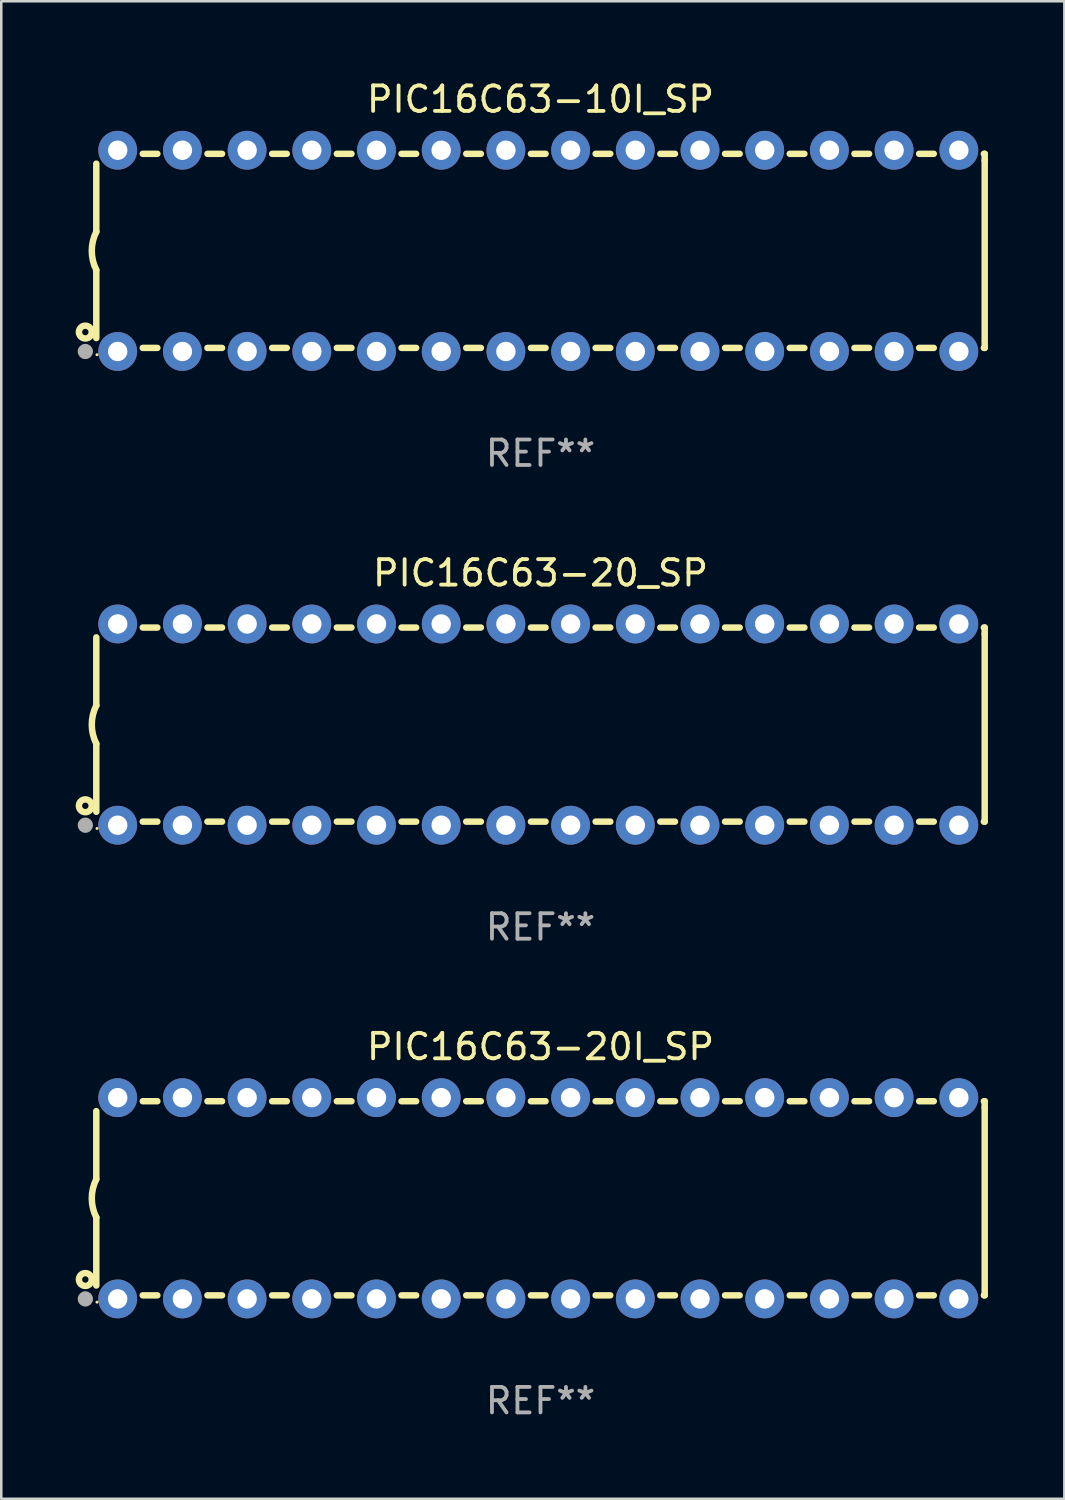
<source format=kicad_pcb>
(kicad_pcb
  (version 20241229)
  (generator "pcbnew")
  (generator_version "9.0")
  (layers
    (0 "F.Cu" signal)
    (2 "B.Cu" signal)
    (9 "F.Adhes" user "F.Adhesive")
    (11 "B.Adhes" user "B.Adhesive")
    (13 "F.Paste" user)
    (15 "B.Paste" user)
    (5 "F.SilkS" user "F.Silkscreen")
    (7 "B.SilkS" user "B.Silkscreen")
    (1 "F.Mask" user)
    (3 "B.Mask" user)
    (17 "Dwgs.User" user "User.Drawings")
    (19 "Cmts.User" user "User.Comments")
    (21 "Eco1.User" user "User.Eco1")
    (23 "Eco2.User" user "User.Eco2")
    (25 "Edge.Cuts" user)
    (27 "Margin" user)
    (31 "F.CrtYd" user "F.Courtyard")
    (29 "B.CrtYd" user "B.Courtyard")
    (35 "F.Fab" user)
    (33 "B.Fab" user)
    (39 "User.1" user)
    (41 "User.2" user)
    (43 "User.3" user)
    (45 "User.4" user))
  (footprint "PIC16C63-10I_SP"
    (layer "F.Cu")
    (at 18.168 6.798)
    (property "Reference" "PIC16C63-10I_SP" (at 0 -5.95 0) (layer "F.SilkS") (effects (font (size 1 1) (thickness 0.15))))
    (attr through_hole)
    (fp_line (start -17.438 0.75) (end -17.438 3.423) (stroke (width 0.254) (type solid)) (layer "F.SilkS"))
    (fp_line (start -17.438 -3.423) (end -17.438 -0.75) (stroke (width 0.254) (type solid)) (layer "F.SilkS"))
    (fp_line (start -15.615 3.81) (end -15.041 3.81) (stroke (width 0.254) (type solid)) (layer "F.SilkS"))
    (fp_line (start -15.041 -3.81) (end -15.614 -3.81) (stroke (width 0.254) (type solid)) (layer "F.SilkS"))
    (fp_line (start -13.075 3.81) (end -12.501 3.81) (stroke (width 0.254) (type solid)) (layer "F.SilkS"))
    (fp_line (start -12.501 -3.81) (end -13.074 -3.81) (stroke (width 0.254) (type solid)) (layer "F.SilkS"))
    (fp_line (start -10.535 3.81) (end -9.961 3.81) (stroke (width 0.254) (type solid)) (layer "F.SilkS"))
    (fp_line (start -9.961 -3.81) (end -10.534 -3.81) (stroke (width 0.254) (type solid)) (layer "F.SilkS"))
    (fp_line (start -7.995 3.81) (end -7.421 3.81) (stroke (width 0.254) (type solid)) (layer "F.SilkS"))
    (fp_line (start -7.421 -3.81) (end -7.995 -3.81) (stroke (width 0.254) (type solid)) (layer "F.SilkS"))
    (fp_line (start -5.455 3.81) (end -4.881 3.81) (stroke (width 0.254) (type solid)) (layer "F.SilkS"))
    (fp_line (start -4.881 -3.81) (end -5.455 -3.81) (stroke (width 0.254) (type solid)) (layer "F.SilkS"))
    (fp_line (start -2.915 3.81) (end -2.341 3.81) (stroke (width 0.254) (type solid)) (layer "F.SilkS"))
    (fp_line (start -2.341 -3.81) (end -2.915 -3.81) (stroke (width 0.254) (type solid)) (layer "F.SilkS"))
    (fp_line (start -0.375 3.81) (end 0.199 3.81) (stroke (width 0.254) (type solid)) (layer "F.SilkS"))
    (fp_line (start 0.199 -3.81) (end -0.375 -3.81) (stroke (width 0.254) (type solid)) (layer "F.SilkS"))
    (fp_line (start 2.165 3.81) (end 2.739 3.81) (stroke (width 0.254) (type solid)) (layer "F.SilkS"))
    (fp_line (start 2.739 -3.81) (end 2.165 -3.81) (stroke (width 0.254) (type solid)) (layer "F.SilkS"))
    (fp_line (start 4.705 3.81) (end 5.279 3.81) (stroke (width 0.254) (type solid)) (layer "F.SilkS"))
    (fp_line (start 5.279 -3.81) (end 4.705 -3.81) (stroke (width 0.254) (type solid)) (layer "F.SilkS"))
    (fp_line (start 7.245 3.81) (end 7.819 3.81) (stroke (width 0.254) (type solid)) (layer "F.SilkS"))
    (fp_line (start 7.819 -3.81) (end 7.245 -3.81) (stroke (width 0.254) (type solid)) (layer "F.SilkS"))
    (fp_line (start 9.785 3.81) (end 10.359 3.81) (stroke (width 0.254) (type solid)) (layer "F.SilkS"))
    (fp_line (start 10.359 -3.81) (end 9.785 -3.81) (stroke (width 0.254) (type solid)) (layer "F.SilkS"))
    (fp_line (start 12.325 3.81) (end 12.899 3.81) (stroke (width 0.254) (type solid)) (layer "F.SilkS"))
    (fp_line (start 12.899 -3.81) (end 12.325 -3.81) (stroke (width 0.254) (type solid)) (layer "F.SilkS"))
    (fp_line (start 14.865 3.81) (end 15.439 3.81) (stroke (width 0.254) (type solid)) (layer "F.SilkS"))
    (fp_line (start 15.439 -3.81) (end 14.865 -3.81) (stroke (width 0.254) (type solid)) (layer "F.SilkS"))
    (fp_line (start 17.405 3.81) (end 17.438 3.81) (stroke (width 0.254) (type solid)) (layer "F.SilkS"))
    (fp_line (start 17.438 -3.81) (end 17.405 -3.81) (stroke (width 0.254) (type solid)) (layer "F.SilkS"))
    (fp_line (start 17.438 -3.556) (end 17.438 -3.81) (stroke (width 0.254) (type solid)) (layer "F.SilkS"))
    (fp_line (start 17.438 3.81) (end 17.438 -3.556) (stroke (width 0.254) (type solid)) (layer "F.SilkS"))
    (fp_arc (start -17.437986 0.749657) (mid -17.614887 -0.000024) (end -17.437783 -0.749657) (stroke (width 0.254001) (type solid)) (layer "F.SilkS"))
    (fp_circle (center -17.868 3.188) (end -17.743 3.188) (stroke (width 0.254) (type solid)) (fill no) (layer "F.SilkS"))
    (fp_circle (center -17.411 4.077) (end -17.381 4.077) (stroke (width 0.06) (type solid)) (fill no) (layer "F.SilkS"))
    (fp_circle (center -17.868 3.95) (end -17.718 3.95) (stroke (width 0.3) (type solid)) (fill no) (layer "F.Fab"))
    (fp_text user "REF**" (at 0 7.95 0) (layer "F.Fab") (effects (font (size 1 1) (thickness 0.15))))
    (pad "1" thru_hole circle (at -16.598 3.95) (size 1.524 1.524) (drill 0.762) (layers "*.Cu" "*.Mask"))
    (pad "2" thru_hole circle (at -14.058 3.95) (size 1.524 1.524) (drill 0.762) (layers "*.Cu" "*.Mask"))
    (pad "3" thru_hole circle (at -11.518 3.95) (size 1.524 1.524) (drill 0.762) (layers "*.Cu" "*.Mask"))
    (pad "4" thru_hole circle (at -8.978 3.95) (size 1.524 1.524) (drill 0.762) (layers "*.Cu" "*.Mask"))
    (pad "5" thru_hole circle (at -6.438 3.95) (size 1.524 1.524) (drill 0.762) (layers "*.Cu" "*.Mask"))
    (pad "6" thru_hole circle (at -3.898 3.95) (size 1.524 1.524) (drill 0.762) (layers "*.Cu" "*.Mask"))
    (pad "7" thru_hole circle (at -1.358 3.95) (size 1.524 1.524) (drill 0.762) (layers "*.Cu" "*.Mask"))
    (pad "8" thru_hole circle (at 1.182 3.95) (size 1.524 1.524) (drill 0.762) (layers "*.Cu" "*.Mask"))
    (pad "9" thru_hole circle (at 3.722 3.95) (size 1.524 1.524) (drill 0.762) (layers "*.Cu" "*.Mask"))
    (pad "10" thru_hole circle (at 6.262 3.95) (size 1.524 1.524) (drill 0.762) (layers "*.Cu" "*.Mask"))
    (pad "11" thru_hole circle (at 8.802 3.95) (size 1.524 1.524) (drill 0.762) (layers "*.Cu" "*.Mask"))
    (pad "12" thru_hole circle (at 11.342 3.95) (size 1.524 1.524) (drill 0.762) (layers "*.Cu" "*.Mask"))
    (pad "13" thru_hole circle (at 13.882 3.95) (size 1.524 1.524) (drill 0.762) (layers "*.Cu" "*.Mask"))
    (pad "14" thru_hole circle (at 16.422 3.95) (size 1.524 1.524) (drill 0.762) (layers "*.Cu" "*.Mask"))
    (pad "15" thru_hole circle (at 16.422 -3.95) (size 1.524 1.524) (drill 0.762) (layers "*.Cu" "*.Mask"))
    (pad "16" thru_hole circle (at 13.882 -3.95) (size 1.524 1.524) (drill 0.762) (layers "*.Cu" "*.Mask"))
    (pad "17" thru_hole circle (at 11.342 -3.95) (size 1.524 1.524) (drill 0.762) (layers "*.Cu" "*.Mask"))
    (pad "18" thru_hole circle (at 8.802 -3.95) (size 1.524 1.524) (drill 0.762) (layers "*.Cu" "*.Mask"))
    (pad "19" thru_hole circle (at 6.262 -3.95) (size 1.524 1.524) (drill 0.762) (layers "*.Cu" "*.Mask"))
    (pad "20" thru_hole circle (at 3.722 -3.95) (size 1.524 1.524) (drill 0.762) (layers "*.Cu" "*.Mask"))
    (pad "21" thru_hole circle (at 1.182 -3.95) (size 1.524 1.524) (drill 0.762) (layers "*.Cu" "*.Mask"))
    (pad "22" thru_hole circle (at -1.358 -3.95) (size 1.524 1.524) (drill 0.762) (layers "*.Cu" "*.Mask"))
    (pad "23" thru_hole circle (at -3.898 -3.95) (size 1.524 1.524) (drill 0.762) (layers "*.Cu" "*.Mask"))
    (pad "24" thru_hole circle (at -6.438 -3.95) (size 1.524 1.524) (drill 0.762) (layers "*.Cu" "*.Mask"))
    (pad "25" thru_hole circle (at -8.978 -3.95) (size 1.524 1.524) (drill 0.762) (layers "*.Cu" "*.Mask"))
    (pad "26" thru_hole circle (at -11.517 -3.95) (size 1.524 1.524) (drill 0.762) (layers "*.Cu" "*.Mask"))
    (pad "27" thru_hole circle (at -14.057 -3.95) (size 1.524 1.524) (drill 0.762) (layers "*.Cu" "*.Mask"))
    (pad "28" thru_hole circle (at -16.597 -3.95) (size 1.524 1.524) (drill 0.762) (layers "*.Cu" "*.Mask")))
  (footprint "PIC16C63-20I_SP"
    (layer "F.Cu")
    (at 18.168 43.991)
    (property "Reference" "PIC16C63-20I_SP" (at 0 -5.95 0) (layer "F.SilkS") (effects (font (size 1 1) (thickness 0.15))))
    (attr through_hole)
    (fp_line (start -17.438 0.75) (end -17.438 3.423) (stroke (width 0.254) (type solid)) (layer "F.SilkS"))
    (fp_line (start -17.438 -3.423) (end -17.438 -0.75) (stroke (width 0.254) (type solid)) (layer "F.SilkS"))
    (fp_line (start -15.615 3.81) (end -15.041 3.81) (stroke (width 0.254) (type solid)) (layer "F.SilkS"))
    (fp_line (start -15.041 -3.81) (end -15.614 -3.81) (stroke (width 0.254) (type solid)) (layer "F.SilkS"))
    (fp_line (start -13.075 3.81) (end -12.501 3.81) (stroke (width 0.254) (type solid)) (layer "F.SilkS"))
    (fp_line (start -12.501 -3.81) (end -13.074 -3.81) (stroke (width 0.254) (type solid)) (layer "F.SilkS"))
    (fp_line (start -10.535 3.81) (end -9.961 3.81) (stroke (width 0.254) (type solid)) (layer "F.SilkS"))
    (fp_line (start -9.961 -3.81) (end -10.534 -3.81) (stroke (width 0.254) (type solid)) (layer "F.SilkS"))
    (fp_line (start -7.995 3.81) (end -7.421 3.81) (stroke (width 0.254) (type solid)) (layer "F.SilkS"))
    (fp_line (start -7.421 -3.81) (end -7.995 -3.81) (stroke (width 0.254) (type solid)) (layer "F.SilkS"))
    (fp_line (start -5.455 3.81) (end -4.881 3.81) (stroke (width 0.254) (type solid)) (layer "F.SilkS"))
    (fp_line (start -4.881 -3.81) (end -5.455 -3.81) (stroke (width 0.254) (type solid)) (layer "F.SilkS"))
    (fp_line (start -2.915 3.81) (end -2.341 3.81) (stroke (width 0.254) (type solid)) (layer "F.SilkS"))
    (fp_line (start -2.341 -3.81) (end -2.915 -3.81) (stroke (width 0.254) (type solid)) (layer "F.SilkS"))
    (fp_line (start -0.375 3.81) (end 0.199 3.81) (stroke (width 0.254) (type solid)) (layer "F.SilkS"))
    (fp_line (start 0.199 -3.81) (end -0.375 -3.81) (stroke (width 0.254) (type solid)) (layer "F.SilkS"))
    (fp_line (start 2.165 3.81) (end 2.739 3.81) (stroke (width 0.254) (type solid)) (layer "F.SilkS"))
    (fp_line (start 2.739 -3.81) (end 2.165 -3.81) (stroke (width 0.254) (type solid)) (layer "F.SilkS"))
    (fp_line (start 4.705 3.81) (end 5.279 3.81) (stroke (width 0.254) (type solid)) (layer "F.SilkS"))
    (fp_line (start 5.279 -3.81) (end 4.705 -3.81) (stroke (width 0.254) (type solid)) (layer "F.SilkS"))
    (fp_line (start 7.245 3.81) (end 7.819 3.81) (stroke (width 0.254) (type solid)) (layer "F.SilkS"))
    (fp_line (start 7.819 -3.81) (end 7.245 -3.81) (stroke (width 0.254) (type solid)) (layer "F.SilkS"))
    (fp_line (start 9.785 3.81) (end 10.359 3.81) (stroke (width 0.254) (type solid)) (layer "F.SilkS"))
    (fp_line (start 10.359 -3.81) (end 9.785 -3.81) (stroke (width 0.254) (type solid)) (layer "F.SilkS"))
    (fp_line (start 12.325 3.81) (end 12.899 3.81) (stroke (width 0.254) (type solid)) (layer "F.SilkS"))
    (fp_line (start 12.899 -3.81) (end 12.325 -3.81) (stroke (width 0.254) (type solid)) (layer "F.SilkS"))
    (fp_line (start 14.865 3.81) (end 15.439 3.81) (stroke (width 0.254) (type solid)) (layer "F.SilkS"))
    (fp_line (start 15.439 -3.81) (end 14.865 -3.81) (stroke (width 0.254) (type solid)) (layer "F.SilkS"))
    (fp_line (start 17.405 3.81) (end 17.438 3.81) (stroke (width 0.254) (type solid)) (layer "F.SilkS"))
    (fp_line (start 17.438 -3.81) (end 17.405 -3.81) (stroke (width 0.254) (type solid)) (layer "F.SilkS"))
    (fp_line (start 17.438 -3.556) (end 17.438 -3.81) (stroke (width 0.254) (type solid)) (layer "F.SilkS"))
    (fp_line (start 17.438 3.81) (end 17.438 -3.556) (stroke (width 0.254) (type solid)) (layer "F.SilkS"))
    (fp_arc (start -17.437986 0.749657) (mid -17.614887 -0.000024) (end -17.437783 -0.749657) (stroke (width 0.254001) (type solid)) (layer "F.SilkS"))
    (fp_circle (center -17.868 3.188) (end -17.743 3.188) (stroke (width 0.254) (type solid)) (fill no) (layer "F.SilkS"))
    (fp_circle (center -17.411 4.077) (end -17.381 4.077) (stroke (width 0.06) (type solid)) (fill no) (layer "F.SilkS"))
    (fp_circle (center -17.868 3.95) (end -17.718 3.95) (stroke (width 0.3) (type solid)) (fill no) (layer "F.Fab"))
    (fp_text user "REF**" (at 0 7.95 0) (layer "F.Fab") (effects (font (size 1 1) (thickness 0.15))))
    (pad "1" thru_hole circle (at -16.598 3.95) (size 1.524 1.524) (drill 0.762) (layers "*.Cu" "*.Mask"))
    (pad "2" thru_hole circle (at -14.058 3.95) (size 1.524 1.524) (drill 0.762) (layers "*.Cu" "*.Mask"))
    (pad "3" thru_hole circle (at -11.518 3.95) (size 1.524 1.524) (drill 0.762) (layers "*.Cu" "*.Mask"))
    (pad "4" thru_hole circle (at -8.978 3.95) (size 1.524 1.524) (drill 0.762) (layers "*.Cu" "*.Mask"))
    (pad "5" thru_hole circle (at -6.438 3.95) (size 1.524 1.524) (drill 0.762) (layers "*.Cu" "*.Mask"))
    (pad "6" thru_hole circle (at -3.898 3.95) (size 1.524 1.524) (drill 0.762) (layers "*.Cu" "*.Mask"))
    (pad "7" thru_hole circle (at -1.358 3.95) (size 1.524 1.524) (drill 0.762) (layers "*.Cu" "*.Mask"))
    (pad "8" thru_hole circle (at 1.182 3.95) (size 1.524 1.524) (drill 0.762) (layers "*.Cu" "*.Mask"))
    (pad "9" thru_hole circle (at 3.722 3.95) (size 1.524 1.524) (drill 0.762) (layers "*.Cu" "*.Mask"))
    (pad "10" thru_hole circle (at 6.262 3.95) (size 1.524 1.524) (drill 0.762) (layers "*.Cu" "*.Mask"))
    (pad "11" thru_hole circle (at 8.802 3.95) (size 1.524 1.524) (drill 0.762) (layers "*.Cu" "*.Mask"))
    (pad "12" thru_hole circle (at 11.342 3.95) (size 1.524 1.524) (drill 0.762) (layers "*.Cu" "*.Mask"))
    (pad "13" thru_hole circle (at 13.882 3.95) (size 1.524 1.524) (drill 0.762) (layers "*.Cu" "*.Mask"))
    (pad "14" thru_hole circle (at 16.422 3.95) (size 1.524 1.524) (drill 0.762) (layers "*.Cu" "*.Mask"))
    (pad "15" thru_hole circle (at 16.422 -3.95) (size 1.524 1.524) (drill 0.762) (layers "*.Cu" "*.Mask"))
    (pad "16" thru_hole circle (at 13.882 -3.95) (size 1.524 1.524) (drill 0.762) (layers "*.Cu" "*.Mask"))
    (pad "17" thru_hole circle (at 11.342 -3.95) (size 1.524 1.524) (drill 0.762) (layers "*.Cu" "*.Mask"))
    (pad "18" thru_hole circle (at 8.802 -3.95) (size 1.524 1.524) (drill 0.762) (layers "*.Cu" "*.Mask"))
    (pad "19" thru_hole circle (at 6.262 -3.95) (size 1.524 1.524) (drill 0.762) (layers "*.Cu" "*.Mask"))
    (pad "20" thru_hole circle (at 3.722 -3.95) (size 1.524 1.524) (drill 0.762) (layers "*.Cu" "*.Mask"))
    (pad "21" thru_hole circle (at 1.182 -3.95) (size 1.524 1.524) (drill 0.762) (layers "*.Cu" "*.Mask"))
    (pad "22" thru_hole circle (at -1.358 -3.95) (size 1.524 1.524) (drill 0.762) (layers "*.Cu" "*.Mask"))
    (pad "23" thru_hole circle (at -3.898 -3.95) (size 1.524 1.524) (drill 0.762) (layers "*.Cu" "*.Mask"))
    (pad "24" thru_hole circle (at -6.438 -3.95) (size 1.524 1.524) (drill 0.762) (layers "*.Cu" "*.Mask"))
    (pad "25" thru_hole circle (at -8.978 -3.95) (size 1.524 1.524) (drill 0.762) (layers "*.Cu" "*.Mask"))
    (pad "26" thru_hole circle (at -11.517 -3.95) (size 1.524 1.524) (drill 0.762) (layers "*.Cu" "*.Mask"))
    (pad "27" thru_hole circle (at -14.057 -3.95) (size 1.524 1.524) (drill 0.762) (layers "*.Cu" "*.Mask"))
    (pad "28" thru_hole circle (at -16.597 -3.95) (size 1.524 1.524) (drill 0.762) (layers "*.Cu" "*.Mask")))
  (footprint "PIC16C63-20_SP"
    (layer "F.Cu")
    (at 18.168 25.395)
    (property "Reference" "PIC16C63-20_SP" (at 0 -5.95 0) (layer "F.SilkS") (effects (font (size 1 1) (thickness 0.15))))
    (attr through_hole)
    (fp_line (start -17.438 0.75) (end -17.438 3.423) (stroke (width 0.254) (type solid)) (layer "F.SilkS"))
    (fp_line (start -17.438 -3.423) (end -17.438 -0.75) (stroke (width 0.254) (type solid)) (layer "F.SilkS"))
    (fp_line (start -15.615 3.81) (end -15.041 3.81) (stroke (width 0.254) (type solid)) (layer "F.SilkS"))
    (fp_line (start -15.041 -3.81) (end -15.614 -3.81) (stroke (width 0.254) (type solid)) (layer "F.SilkS"))
    (fp_line (start -13.075 3.81) (end -12.501 3.81) (stroke (width 0.254) (type solid)) (layer "F.SilkS"))
    (fp_line (start -12.501 -3.81) (end -13.074 -3.81) (stroke (width 0.254) (type solid)) (layer "F.SilkS"))
    (fp_line (start -10.535 3.81) (end -9.961 3.81) (stroke (width 0.254) (type solid)) (layer "F.SilkS"))
    (fp_line (start -9.961 -3.81) (end -10.534 -3.81) (stroke (width 0.254) (type solid)) (layer "F.SilkS"))
    (fp_line (start -7.995 3.81) (end -7.421 3.81) (stroke (width 0.254) (type solid)) (layer "F.SilkS"))
    (fp_line (start -7.421 -3.81) (end -7.995 -3.81) (stroke (width 0.254) (type solid)) (layer "F.SilkS"))
    (fp_line (start -5.455 3.81) (end -4.881 3.81) (stroke (width 0.254) (type solid)) (layer "F.SilkS"))
    (fp_line (start -4.881 -3.81) (end -5.455 -3.81) (stroke (width 0.254) (type solid)) (layer "F.SilkS"))
    (fp_line (start -2.915 3.81) (end -2.341 3.81) (stroke (width 0.254) (type solid)) (layer "F.SilkS"))
    (fp_line (start -2.341 -3.81) (end -2.915 -3.81) (stroke (width 0.254) (type solid)) (layer "F.SilkS"))
    (fp_line (start -0.375 3.81) (end 0.199 3.81) (stroke (width 0.254) (type solid)) (layer "F.SilkS"))
    (fp_line (start 0.199 -3.81) (end -0.375 -3.81) (stroke (width 0.254) (type solid)) (layer "F.SilkS"))
    (fp_line (start 2.165 3.81) (end 2.739 3.81) (stroke (width 0.254) (type solid)) (layer "F.SilkS"))
    (fp_line (start 2.739 -3.81) (end 2.165 -3.81) (stroke (width 0.254) (type solid)) (layer "F.SilkS"))
    (fp_line (start 4.705 3.81) (end 5.279 3.81) (stroke (width 0.254) (type solid)) (layer "F.SilkS"))
    (fp_line (start 5.279 -3.81) (end 4.705 -3.81) (stroke (width 0.254) (type solid)) (layer "F.SilkS"))
    (fp_line (start 7.245 3.81) (end 7.819 3.81) (stroke (width 0.254) (type solid)) (layer "F.SilkS"))
    (fp_line (start 7.819 -3.81) (end 7.245 -3.81) (stroke (width 0.254) (type solid)) (layer "F.SilkS"))
    (fp_line (start 9.785 3.81) (end 10.359 3.81) (stroke (width 0.254) (type solid)) (layer "F.SilkS"))
    (fp_line (start 10.359 -3.81) (end 9.785 -3.81) (stroke (width 0.254) (type solid)) (layer "F.SilkS"))
    (fp_line (start 12.325 3.81) (end 12.899 3.81) (stroke (width 0.254) (type solid)) (layer "F.SilkS"))
    (fp_line (start 12.899 -3.81) (end 12.325 -3.81) (stroke (width 0.254) (type solid)) (layer "F.SilkS"))
    (fp_line (start 14.865 3.81) (end 15.439 3.81) (stroke (width 0.254) (type solid)) (layer "F.SilkS"))
    (fp_line (start 15.439 -3.81) (end 14.865 -3.81) (stroke (width 0.254) (type solid)) (layer "F.SilkS"))
    (fp_line (start 17.405 3.81) (end 17.438 3.81) (stroke (width 0.254) (type solid)) (layer "F.SilkS"))
    (fp_line (start 17.438 -3.81) (end 17.405 -3.81) (stroke (width 0.254) (type solid)) (layer "F.SilkS"))
    (fp_line (start 17.438 -3.556) (end 17.438 -3.81) (stroke (width 0.254) (type solid)) (layer "F.SilkS"))
    (fp_line (start 17.438 3.81) (end 17.438 -3.556) (stroke (width 0.254) (type solid)) (layer "F.SilkS"))
    (fp_arc (start -17.437986 0.749657) (mid -17.614887 -0.000024) (end -17.437783 -0.749657) (stroke (width 0.254001) (type solid)) (layer "F.SilkS"))
    (fp_circle (center -17.868 3.188) (end -17.743 3.188) (stroke (width 0.254) (type solid)) (fill no) (layer "F.SilkS"))
    (fp_circle (center -17.411 4.077) (end -17.381 4.077) (stroke (width 0.06) (type solid)) (fill no) (layer "F.SilkS"))
    (fp_circle (center -17.868 3.95) (end -17.718 3.95) (stroke (width 0.3) (type solid)) (fill no) (layer "F.Fab"))
    (fp_text user "REF**" (at 0 7.95 0) (layer "F.Fab") (effects (font (size 1 1) (thickness 0.15))))
    (pad "1" thru_hole circle (at -16.598 3.95) (size 1.524 1.524) (drill 0.762) (layers "*.Cu" "*.Mask"))
    (pad "2" thru_hole circle (at -14.058 3.95) (size 1.524 1.524) (drill 0.762) (layers "*.Cu" "*.Mask"))
    (pad "3" thru_hole circle (at -11.518 3.95) (size 1.524 1.524) (drill 0.762) (layers "*.Cu" "*.Mask"))
    (pad "4" thru_hole circle (at -8.978 3.95) (size 1.524 1.524) (drill 0.762) (layers "*.Cu" "*.Mask"))
    (pad "5" thru_hole circle (at -6.438 3.95) (size 1.524 1.524) (drill 0.762) (layers "*.Cu" "*.Mask"))
    (pad "6" thru_hole circle (at -3.898 3.95) (size 1.524 1.524) (drill 0.762) (layers "*.Cu" "*.Mask"))
    (pad "7" thru_hole circle (at -1.358 3.95) (size 1.524 1.524) (drill 0.762) (layers "*.Cu" "*.Mask"))
    (pad "8" thru_hole circle (at 1.182 3.95) (size 1.524 1.524) (drill 0.762) (layers "*.Cu" "*.Mask"))
    (pad "9" thru_hole circle (at 3.722 3.95) (size 1.524 1.524) (drill 0.762) (layers "*.Cu" "*.Mask"))
    (pad "10" thru_hole circle (at 6.262 3.95) (size 1.524 1.524) (drill 0.762) (layers "*.Cu" "*.Mask"))
    (pad "11" thru_hole circle (at 8.802 3.95) (size 1.524 1.524) (drill 0.762) (layers "*.Cu" "*.Mask"))
    (pad "12" thru_hole circle (at 11.342 3.95) (size 1.524 1.524) (drill 0.762) (layers "*.Cu" "*.Mask"))
    (pad "13" thru_hole circle (at 13.882 3.95) (size 1.524 1.524) (drill 0.762) (layers "*.Cu" "*.Mask"))
    (pad "14" thru_hole circle (at 16.422 3.95) (size 1.524 1.524) (drill 0.762) (layers "*.Cu" "*.Mask"))
    (pad "15" thru_hole circle (at 16.422 -3.95) (size 1.524 1.524) (drill 0.762) (layers "*.Cu" "*.Mask"))
    (pad "16" thru_hole circle (at 13.882 -3.95) (size 1.524 1.524) (drill 0.762) (layers "*.Cu" "*.Mask"))
    (pad "17" thru_hole circle (at 11.342 -3.95) (size 1.524 1.524) (drill 0.762) (layers "*.Cu" "*.Mask"))
    (pad "18" thru_hole circle (at 8.802 -3.95) (size 1.524 1.524) (drill 0.762) (layers "*.Cu" "*.Mask"))
    (pad "19" thru_hole circle (at 6.262 -3.95) (size 1.524 1.524) (drill 0.762) (layers "*.Cu" "*.Mask"))
    (pad "20" thru_hole circle (at 3.722 -3.95) (size 1.524 1.524) (drill 0.762) (layers "*.Cu" "*.Mask"))
    (pad "21" thru_hole circle (at 1.182 -3.95) (size 1.524 1.524) (drill 0.762) (layers "*.Cu" "*.Mask"))
    (pad "22" thru_hole circle (at -1.358 -3.95) (size 1.524 1.524) (drill 0.762) (layers "*.Cu" "*.Mask"))
    (pad "23" thru_hole circle (at -3.898 -3.95) (size 1.524 1.524) (drill 0.762) (layers "*.Cu" "*.Mask"))
    (pad "24" thru_hole circle (at -6.438 -3.95) (size 1.524 1.524) (drill 0.762) (layers "*.Cu" "*.Mask"))
    (pad "25" thru_hole circle (at -8.978 -3.95) (size 1.524 1.524) (drill 0.762) (layers "*.Cu" "*.Mask"))
    (pad "26" thru_hole circle (at -11.517 -3.95) (size 1.524 1.524) (drill 0.762) (layers "*.Cu" "*.Mask"))
    (pad "27" thru_hole circle (at -14.057 -3.95) (size 1.524 1.524) (drill 0.762) (layers "*.Cu" "*.Mask"))
    (pad "28" thru_hole circle (at -16.597 -3.95) (size 1.524 1.524) (drill 0.762) (layers "*.Cu" "*.Mask")))
  (gr_rect
    (start -3 -3)
    (end 38.733 55.789)
    (stroke (width 0.1) (type default))
    (fill no)
    (layer "Edge.Cuts")))
</source>
